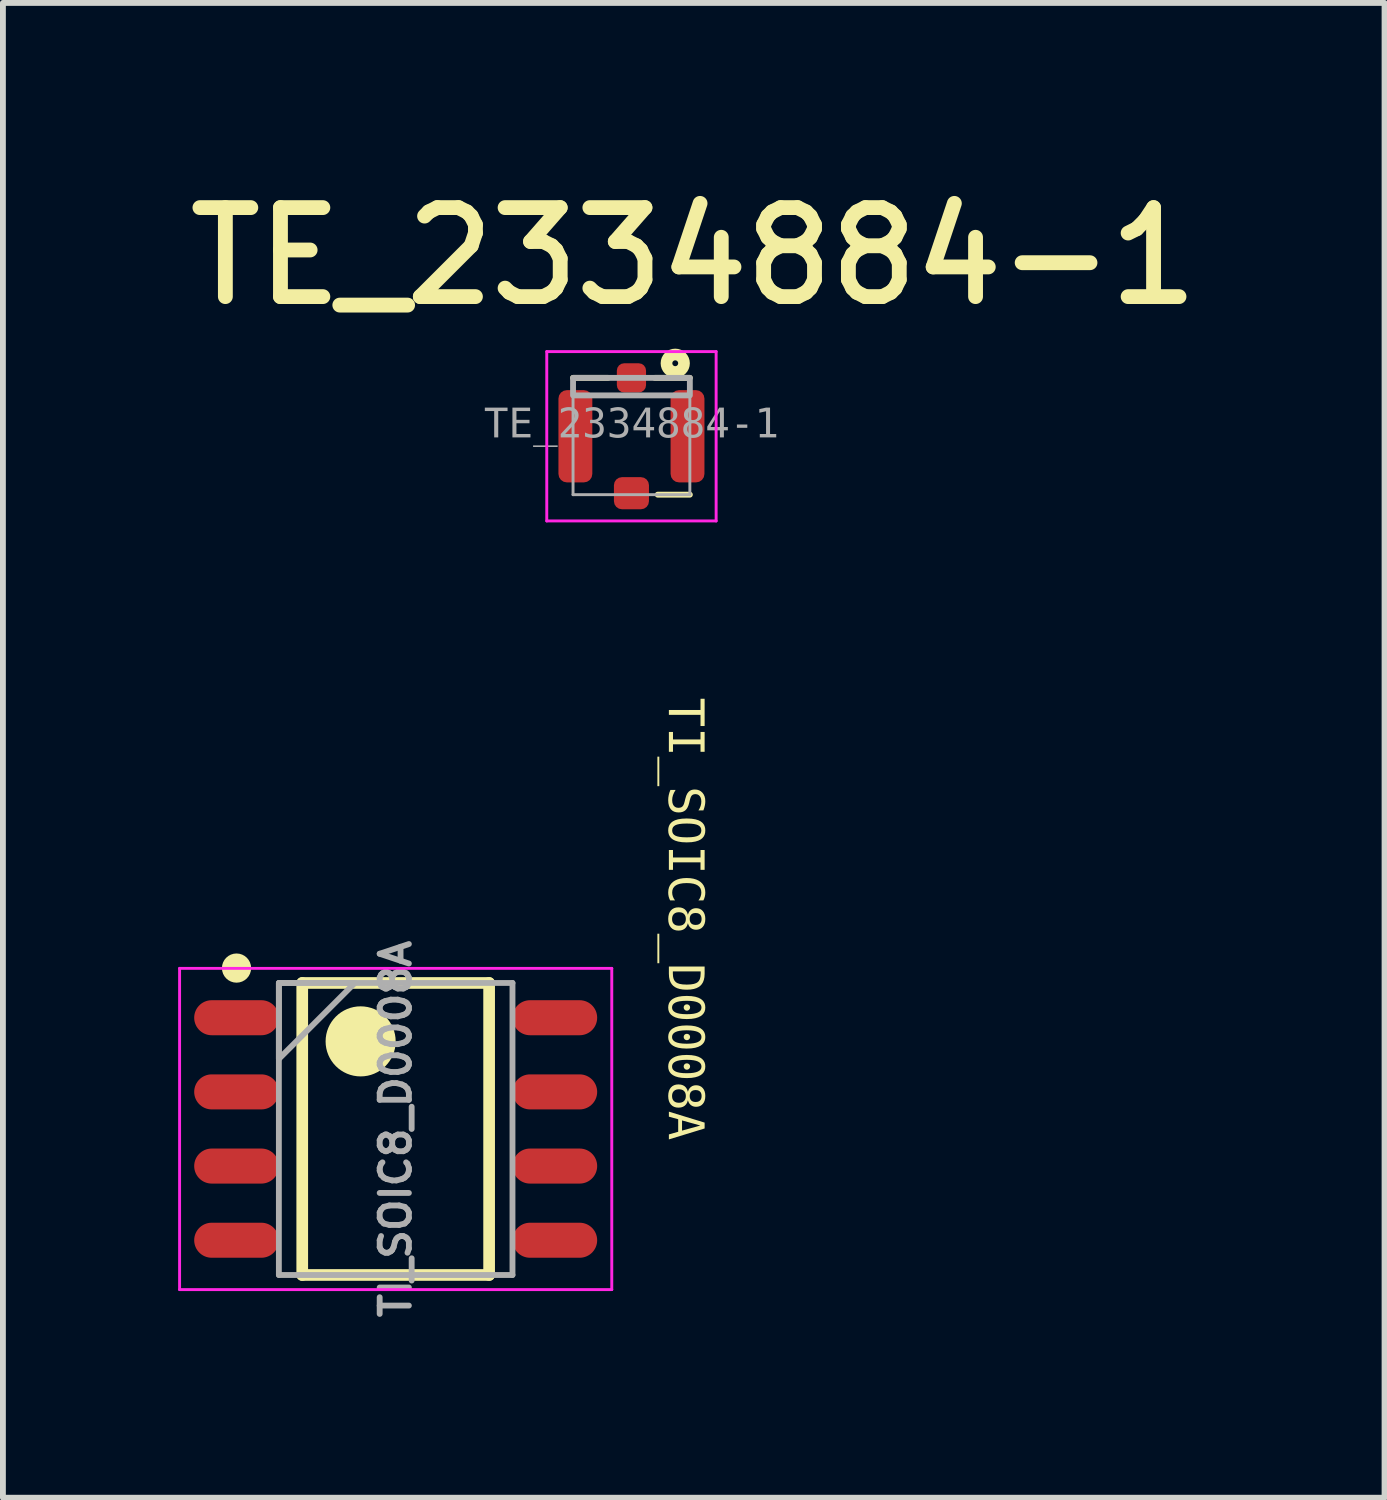
<source format=kicad_pcb>
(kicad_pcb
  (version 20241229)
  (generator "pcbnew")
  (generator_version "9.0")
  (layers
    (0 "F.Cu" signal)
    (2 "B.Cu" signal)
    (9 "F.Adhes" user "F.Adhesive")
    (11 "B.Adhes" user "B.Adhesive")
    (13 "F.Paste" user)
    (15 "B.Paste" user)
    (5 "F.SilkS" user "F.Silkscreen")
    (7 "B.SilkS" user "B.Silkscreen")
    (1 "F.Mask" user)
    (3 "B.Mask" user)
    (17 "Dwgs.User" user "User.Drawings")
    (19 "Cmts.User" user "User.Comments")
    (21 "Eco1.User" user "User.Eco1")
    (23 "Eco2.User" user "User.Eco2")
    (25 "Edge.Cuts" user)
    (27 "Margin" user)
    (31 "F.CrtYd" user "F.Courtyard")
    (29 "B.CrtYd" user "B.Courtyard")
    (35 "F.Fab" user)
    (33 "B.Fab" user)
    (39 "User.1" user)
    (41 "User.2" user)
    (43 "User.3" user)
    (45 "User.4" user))
  (footprint "TI_SOIC8_D0008A"
    (layer "F.Cu")
    (at 3.725 16.281)
    (property "Reference" "TI_SOIC8_D0008A" (at 4.927 -3.596 270) (unlocked yes) (layer "F.SilkS") (effects (font (face "Consolas") (size 0.6 0.6) (thickness 0.15))))
    (attr smd)
    (fp_line (start -1.6 -2.5) (end -1.6 2.5) (stroke (width 0.2) (type solid)) (layer "F.SilkS"))
    (fp_line (start -1.6 -2.5) (end 1.6 -2.5) (stroke (width 0.2) (type solid)) (layer "F.SilkS"))
    (fp_line (start -1.6 2.5) (end 1.6 2.5) (stroke (width 0.2) (type solid)) (layer "F.SilkS"))
    (fp_line (start 1.6 -2.5) (end 1.6 2.5) (stroke (width 0.2) (type solid)) (layer "F.SilkS"))
    (fp_circle (center -2.725 -2.755) (end -2.6 -2.755) (stroke (width 0.25) (type solid)) (fill no) (layer "F.SilkS"))
    (fp_circle (center -0.6 -1.5) (end -0.3 -1.5) (stroke (width 0.6) (type solid)) (fill no) (layer "F.SilkS"))
    (fp_line (start -3.7 -2.75) (end -3.7 2.75) (stroke (width 0.05) (type solid)) (layer "F.CrtYd"))
    (fp_line (start -3.7 -2.75) (end 3.7 -2.75) (stroke (width 0.05) (type solid)) (layer "F.CrtYd"))
    (fp_line (start -3.7 2.75) (end 3.7 2.75) (stroke (width 0.05) (type solid)) (layer "F.CrtYd"))
    (fp_line (start 3.7 -2.75) (end 3.7 2.75) (stroke (width 0.05) (type solid)) (layer "F.CrtYd"))
    (fp_line (start -2 -2.5) (end -2 2.5) (stroke (width 0.1) (type solid)) (layer "F.Fab"))
    (fp_line (start -2 -2.5) (end 2 -2.5) (stroke (width 0.1) (type solid)) (layer "F.Fab"))
    (fp_line (start -2 2.5) (end 2 2.5) (stroke (width 0.1) (type solid)) (layer "F.Fab"))
    (fp_line (start 2 -2.5) (end 2 2.5) (stroke (width 0.1) (type solid)) (layer "F.Fab"))
    (fp_poly (pts (xy -2 -1.2) (xy -0.7 -2.5) (xy -2 -2.5)) (stroke (width 0.1) (type default)) (fill no) (layer "F.Fab"))
    (fp_text user "${REFERENCE}" (at 0 0 90) (unlocked yes) (layer "F.Fab") (effects (font (size 0.5 0.5) (thickness 0.1) (bold yes))))
    (pad "1" smd oval (at -2.725 -1.905 90) (size 0.6 1.45) (layers "F.Cu" "F.Mask" "F.Paste"))
    (pad "2" smd oval (at -2.725 -0.635 90) (size 0.6 1.45) (layers "F.Cu" "F.Mask" "F.Paste"))
    (pad "3" smd oval (at -2.725 0.635 90) (size 0.6 1.45) (layers "F.Cu" "F.Mask" "F.Paste"))
    (pad "4" smd oval (at -2.725 1.905 90) (size 0.6 1.45) (layers "F.Cu" "F.Mask" "F.Paste"))
    (pad "5" smd oval (at 2.725 1.905 90) (size 0.6 1.45) (layers "F.Cu" "F.Mask" "F.Paste"))
    (pad "6" smd oval (at 2.725 0.635 90) (size 0.6 1.45) (layers "F.Cu" "F.Mask" "F.Paste"))
    (pad "7" smd oval (at 2.725 -0.635 90) (size 0.6 1.45) (layers "F.Cu" "F.Mask" "F.Paste"))
    (pad "8" smd oval (at 2.725 -1.905 90) (size 0.6 1.45) (layers "F.Cu" "F.Mask" "F.Paste")))
  (footprint "TE_2334884-1"
    (layer "F.Cu")
    (at 7.762 4.42)
    (property "Reference" "TE_2334884-1" (at 1.066 -3.083 0) (unlocked yes) (layer "F.SilkS") (effects (font (size 1.524 1.524) (thickness 0.254))))
    (fp_line (start -0.4 -1) (end -1 -1) (stroke (width 0.1) (type solid)) (layer "F.SilkS"))
    (fp_line (start 1 -1) (end 0.4 -1) (stroke (width 0.1) (type solid)) (layer "F.SilkS"))
    (fp_line (start 1 1) (end 0.45 1) (stroke (width 0.1) (type solid)) (layer "F.SilkS"))
    (fp_circle (center 0.75 -1.25) (end 0.75 -1.3) (stroke (width 0.2) (type solid)) (fill no) (layer "F.SilkS"))
    (fp_line (start -1.45 1.45) (end -1.45 -1.45) (stroke (width 0.05) (type solid)) (layer "F.CrtYd"))
    (fp_line (start 1.45 -1.45) (end -1.45 -1.45) (stroke (width 0.05) (type solid)) (layer "F.CrtYd"))
    (fp_line (start 1.45 1.45) (end -1.45 1.45) (stroke (width 0.05) (type solid)) (layer "F.CrtYd"))
    (fp_line (start 1.45 1.45) (end 1.45 -1.45) (stroke (width 0.05) (type solid)) (layer "F.CrtYd"))
    (fp_line (start -1 1) (end -1 -1) (stroke (width 0.05) (type solid)) (layer "F.Fab"))
    (fp_line (start 1 -1) (end -1 -1) (stroke (width 0.05) (type solid)) (layer "F.Fab"))
    (fp_line (start 1 1) (end -1 1) (stroke (width 0.05) (type solid)) (layer "F.Fab"))
    (fp_line (start 1 1) (end 1 -1) (stroke (width 0.05) (type solid)) (layer "F.Fab"))
    (fp_rect (start -1 -1) (end 1 -0.7) (stroke (width 0.1) (type default)) (fill no) (layer "F.Fab"))
    (fp_text user "${REFERENCE}" (at 0 -0.188 0) (unlocked yes) (layer "F.Fab") (effects (font (face "Consolas") (size 0.5 0.5) (thickness 0.254))))
    (pad "1" smd roundrect (at 0 0.975) (size 0.6 0.55) (layers "F.Cu" "F.Mask" "F.Paste") (roundrect_rratio 0.25))
    (pad "2" smd roundrect (at -0.96 0 180) (size 0.58 1.58) (layers "F.Cu" "F.Mask" "F.Paste") (roundrect_rratio 0.25))
    (pad "2" smd roundrect (at 0 -1) (size 0.5 0.5) (layers "F.Cu" "F.Mask" "F.Paste") (roundrect_rratio 0.25))
    (pad "2" smd roundrect (at 0.96 0) (size 0.58 1.58) (layers "F.Cu" "F.Mask" "F.Paste") (roundrect_rratio 0.25)))
  (gr_rect
    (start -3 -3)
    (end 20.657 22.595)
    (stroke (width 0.1) (type default))
    (fill no)
    (layer "Edge.Cuts")))
</source>
